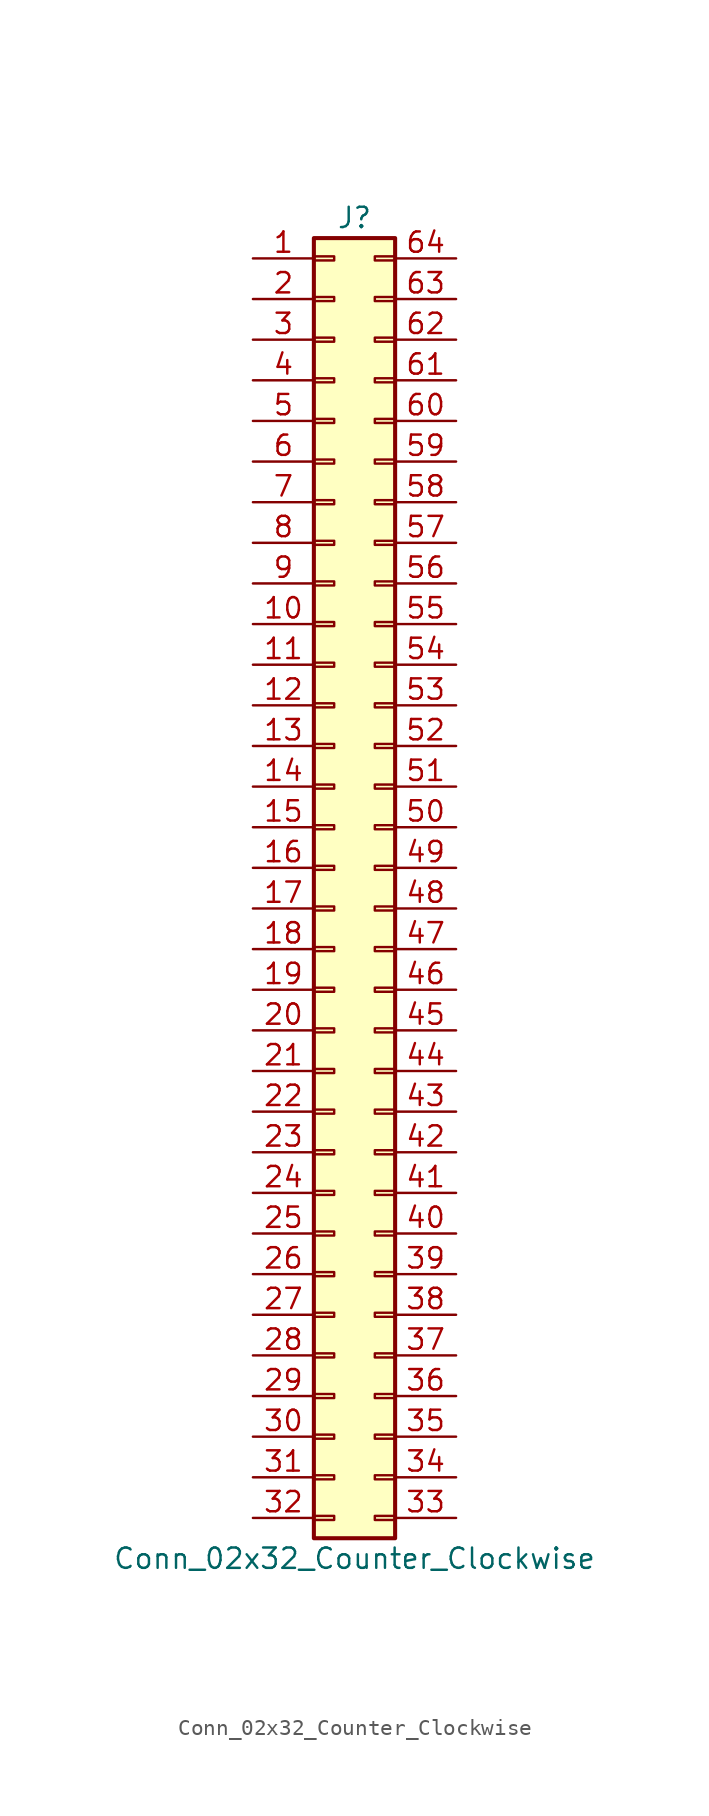
<source format=kicad_sym>
(kicad_symbol_lib
  (version 20211014)
  (generator kicad_symbol_editor)
  (symbol "Conn_02x32_Counter_Clockwise"
    (pin_names
      (offset 1.016) hide)
    (property "Reference" "J"
      (at 1.27 40.64 0)
      (effects (font (size 1.27 1.27))))
    (property "Value" "Conn_02x32_Counter_Clockwise"
      (at 1.27 -43.18 0)
      (effects (font (size 1.27 1.27))))
    (symbol "Conn_02x32_Counter_Clockwise_1_1"
      (rectangle (start -1.27 -40.513) (end 0 -40.767) (stroke (width 0.152) (type default) (color 0 0 0 0)) (fill (type none)))
      (rectangle (start -1.27 -37.973) (end 0 -38.227) (stroke (width 0.152) (type default) (color 0 0 0 0)) (fill (type none)))
      (rectangle (start -1.27 -35.433) (end 0 -35.687) (stroke (width 0.152) (type default) (color 0 0 0 0)) (fill (type none)))
      (rectangle (start -1.27 -32.893) (end 0 -33.147) (stroke (width 0.152) (type default) (color 0 0 0 0)) (fill (type none)))
      (rectangle (start -1.27 -30.353) (end 0 -30.607) (stroke (width 0.152) (type default) (color 0 0 0 0)) (fill (type none)))
      (rectangle (start -1.27 -27.813) (end 0 -28.067) (stroke (width 0.152) (type default) (color 0 0 0 0)) (fill (type none)))
      (rectangle (start -1.27 -25.273) (end 0 -25.527) (stroke (width 0.152) (type default) (color 0 0 0 0)) (fill (type none)))
      (rectangle (start -1.27 -22.733) (end 0 -22.987) (stroke (width 0.152) (type default) (color 0 0 0 0)) (fill (type none)))
      (rectangle (start -1.27 -20.193) (end 0 -20.447) (stroke (width 0.152) (type default) (color 0 0 0 0)) (fill (type none)))
      (rectangle (start -1.27 -17.653) (end 0 -17.907) (stroke (width 0.152) (type default) (color 0 0 0 0)) (fill (type none)))
      (rectangle (start -1.27 -15.113) (end 0 -15.367) (stroke (width 0.152) (type default) (color 0 0 0 0)) (fill (type none)))
      (rectangle (start -1.27 -12.573) (end 0 -12.827) (stroke (width 0.152) (type default) (color 0 0 0 0)) (fill (type none)))
      (rectangle (start -1.27 -10.033) (end 0 -10.287) (stroke (width 0.152) (type default) (color 0 0 0 0)) (fill (type none)))
      (rectangle (start -1.27 -7.493) (end 0 -7.747) (stroke (width 0.152) (type default) (color 0 0 0 0)) (fill (type none)))
      (rectangle (start -1.27 -4.953) (end 0 -5.207) (stroke (width 0.152) (type default) (color 0 0 0 0)) (fill (type none)))
      (rectangle (start -1.27 -2.413) (end 0 -2.667) (stroke (width 0.152) (type default) (color 0 0 0 0)) (fill (type none)))
      (rectangle (start -1.27 0.127) (end 0 -0.127) (stroke (width 0.152) (type default) (color 0 0 0 0)) (fill (type none)))
      (rectangle (start -1.27 2.667) (end 0 2.413) (stroke (width 0.152) (type default) (color 0 0 0 0)) (fill (type none)))
      (rectangle (start -1.27 5.207) (end 0 4.953) (stroke (width 0.152) (type default) (color 0 0 0 0)) (fill (type none)))
      (rectangle (start -1.27 7.747) (end 0 7.493) (stroke (width 0.152) (type default) (color 0 0 0 0)) (fill (type none)))
      (rectangle (start -1.27 10.287) (end 0 10.033) (stroke (width 0.152) (type default) (color 0 0 0 0)) (fill (type none)))
      (rectangle (start -1.27 12.827) (end 0 12.573) (stroke (width 0.152) (type default) (color 0 0 0 0)) (fill (type none)))
      (rectangle (start -1.27 15.367) (end 0 15.113) (stroke (width 0.152) (type default) (color 0 0 0 0)) (fill (type none)))
      (rectangle (start -1.27 17.907) (end 0 17.653) (stroke (width 0.152) (type default) (color 0 0 0 0)) (fill (type none)))
      (rectangle (start -1.27 20.447) (end 0 20.193) (stroke (width 0.152) (type default) (color 0 0 0 0)) (fill (type none)))
      (rectangle (start -1.27 22.987) (end 0 22.733) (stroke (width 0.152) (type default) (color 0 0 0 0)) (fill (type none)))
      (rectangle (start -1.27 25.527) (end 0 25.273) (stroke (width 0.152) (type default) (color 0 0 0 0)) (fill (type none)))
      (rectangle (start -1.27 28.067) (end 0 27.813) (stroke (width 0.152) (type default) (color 0 0 0 0)) (fill (type none)))
      (rectangle (start -1.27 30.607) (end 0 30.353) (stroke (width 0.152) (type default) (color 0 0 0 0)) (fill (type none)))
      (rectangle (start -1.27 33.147) (end 0 32.893) (stroke (width 0.152) (type default) (color 0 0 0 0)) (fill (type none)))
      (rectangle (start -1.27 35.687) (end 0 35.433) (stroke (width 0.152) (type default) (color 0 0 0 0)) (fill (type none)))
      (rectangle (start -1.27 38.227) (end 0 37.973) (stroke (width 0.152) (type default) (color 0 0 0 0)) (fill (type none)))
      (rectangle (start -1.27 39.37) (end 3.81 -41.91) (stroke (width 0.254) (type default) (color 0 0 0 0)) (fill (type background)))
      (rectangle (start 3.81 -40.513) (end 2.54 -40.767) (stroke (width 0.152) (type default) (color 0 0 0 0)) (fill (type none)))
      (rectangle (start 3.81 -37.973) (end 2.54 -38.227) (stroke (width 0.152) (type default) (color 0 0 0 0)) (fill (type none)))
      (rectangle (start 3.81 -35.433) (end 2.54 -35.687) (stroke (width 0.152) (type default) (color 0 0 0 0)) (fill (type none)))
      (rectangle (start 3.81 -32.893) (end 2.54 -33.147) (stroke (width 0.152) (type default) (color 0 0 0 0)) (fill (type none)))
      (rectangle (start 3.81 -30.353) (end 2.54 -30.607) (stroke (width 0.152) (type default) (color 0 0 0 0)) (fill (type none)))
      (rectangle (start 3.81 -27.813) (end 2.54 -28.067) (stroke (width 0.152) (type default) (color 0 0 0 0)) (fill (type none)))
      (rectangle (start 3.81 -25.273) (end 2.54 -25.527) (stroke (width 0.152) (type default) (color 0 0 0 0)) (fill (type none)))
      (rectangle (start 3.81 -22.733) (end 2.54 -22.987) (stroke (width 0.152) (type default) (color 0 0 0 0)) (fill (type none)))
      (rectangle (start 3.81 -20.193) (end 2.54 -20.447) (stroke (width 0.152) (type default) (color 0 0 0 0)) (fill (type none)))
      (rectangle (start 3.81 -17.653) (end 2.54 -17.907) (stroke (width 0.152) (type default) (color 0 0 0 0)) (fill (type none)))
      (rectangle (start 3.81 -15.113) (end 2.54 -15.367) (stroke (width 0.152) (type default) (color 0 0 0 0)) (fill (type none)))
      (rectangle (start 3.81 -12.573) (end 2.54 -12.827) (stroke (width 0.152) (type default) (color 0 0 0 0)) (fill (type none)))
      (rectangle (start 3.81 -10.033) (end 2.54 -10.287) (stroke (width 0.152) (type default) (color 0 0 0 0)) (fill (type none)))
      (rectangle (start 3.81 -7.493) (end 2.54 -7.747) (stroke (width 0.152) (type default) (color 0 0 0 0)) (fill (type none)))
      (rectangle (start 3.81 -4.953) (end 2.54 -5.207) (stroke (width 0.152) (type default) (color 0 0 0 0)) (fill (type none)))
      (rectangle (start 3.81 -2.413) (end 2.54 -2.667) (stroke (width 0.152) (type default) (color 0 0 0 0)) (fill (type none)))
      (rectangle (start 3.81 0.127) (end 2.54 -0.127) (stroke (width 0.152) (type default) (color 0 0 0 0)) (fill (type none)))
      (rectangle (start 3.81 2.667) (end 2.54 2.413) (stroke (width 0.152) (type default) (color 0 0 0 0)) (fill (type none)))
      (rectangle (start 3.81 5.207) (end 2.54 4.953) (stroke (width 0.152) (type default) (color 0 0 0 0)) (fill (type none)))
      (rectangle (start 3.81 7.747) (end 2.54 7.493) (stroke (width 0.152) (type default) (color 0 0 0 0)) (fill (type none)))
      (rectangle (start 3.81 10.287) (end 2.54 10.033) (stroke (width 0.152) (type default) (color 0 0 0 0)) (fill (type none)))
      (rectangle (start 3.81 12.827) (end 2.54 12.573) (stroke (width 0.152) (type default) (color 0 0 0 0)) (fill (type none)))
      (rectangle (start 3.81 15.367) (end 2.54 15.113) (stroke (width 0.152) (type default) (color 0 0 0 0)) (fill (type none)))
      (rectangle (start 3.81 17.907) (end 2.54 17.653) (stroke (width 0.152) (type default) (color 0 0 0 0)) (fill (type none)))
      (rectangle (start 3.81 20.447) (end 2.54 20.193) (stroke (width 0.152) (type default) (color 0 0 0 0)) (fill (type none)))
      (rectangle (start 3.81 22.987) (end 2.54 22.733) (stroke (width 0.152) (type default) (color 0 0 0 0)) (fill (type none)))
      (rectangle (start 3.81 25.527) (end 2.54 25.273) (stroke (width 0.152) (type default) (color 0 0 0 0)) (fill (type none)))
      (rectangle (start 3.81 28.067) (end 2.54 27.813) (stroke (width 0.152) (type default) (color 0 0 0 0)) (fill (type none)))
      (rectangle (start 3.81 30.607) (end 2.54 30.353) (stroke (width 0.152) (type default) (color 0 0 0 0)) (fill (type none)))
      (rectangle (start 3.81 33.147) (end 2.54 32.893) (stroke (width 0.152) (type default) (color 0 0 0 0)) (fill (type none)))
      (rectangle (start 3.81 35.687) (end 2.54 35.433) (stroke (width 0.152) (type default) (color 0 0 0 0)) (fill (type none)))
      (rectangle (start 3.81 38.227) (end 2.54 37.973) (stroke (width 0.152) (type default) (color 0 0 0 0)) (fill (type none)))
      (pin passive line (at -5.08 38.1 0) (length 3.81) (name "Pin_1" (effects (font (size 1.27 1.27)))) (number "1" (effects (font (size 1.27 1.27)))))
      (pin passive line (at -5.08 15.24 0) (length 3.81) (name "Pin_10" (effects (font (size 1.27 1.27)))) (number "10" (effects (font (size 1.27 1.27)))))
      (pin passive line (at -5.08 12.7 0) (length 3.81) (name "Pin_11" (effects (font (size 1.27 1.27)))) (number "11" (effects (font (size 1.27 1.27)))))
      (pin passive line (at -5.08 10.16 0) (length 3.81) (name "Pin_12" (effects (font (size 1.27 1.27)))) (number "12" (effects (font (size 1.27 1.27)))))
      (pin passive line (at -5.08 7.62 0) (length 3.81) (name "Pin_13" (effects (font (size 1.27 1.27)))) (number "13" (effects (font (size 1.27 1.27)))))
      (pin passive line (at -5.08 5.08 0) (length 3.81) (name "Pin_14" (effects (font (size 1.27 1.27)))) (number "14" (effects (font (size 1.27 1.27)))))
      (pin passive line (at -5.08 2.54 0) (length 3.81) (name "Pin_15" (effects (font (size 1.27 1.27)))) (number "15" (effects (font (size 1.27 1.27)))))
      (pin passive line (at -5.08 0 0) (length 3.81) (name "Pin_16" (effects (font (size 1.27 1.27)))) (number "16" (effects (font (size 1.27 1.27)))))
      (pin passive line (at -5.08 -2.54 0) (length 3.81) (name "Pin_17" (effects (font (size 1.27 1.27)))) (number "17" (effects (font (size 1.27 1.27)))))
      (pin passive line (at -5.08 -5.08 0) (length 3.81) (name "Pin_18" (effects (font (size 1.27 1.27)))) (number "18" (effects (font (size 1.27 1.27)))))
      (pin passive line (at -5.08 -7.62 0) (length 3.81) (name "Pin_19" (effects (font (size 1.27 1.27)))) (number "19" (effects (font (size 1.27 1.27)))))
      (pin passive line (at -5.08 35.56 0) (length 3.81) (name "Pin_2" (effects (font (size 1.27 1.27)))) (number "2" (effects (font (size 1.27 1.27)))))
      (pin passive line (at -5.08 -10.16 0) (length 3.81) (name "Pin_20" (effects (font (size 1.27 1.27)))) (number "20" (effects (font (size 1.27 1.27)))))
      (pin passive line (at -5.08 -12.7 0) (length 3.81) (name "Pin_21" (effects (font (size 1.27 1.27)))) (number "21" (effects (font (size 1.27 1.27)))))
      (pin passive line (at -5.08 -15.24 0) (length 3.81) (name "Pin_22" (effects (font (size 1.27 1.27)))) (number "22" (effects (font (size 1.27 1.27)))))
      (pin passive line (at -5.08 -17.78 0) (length 3.81) (name "Pin_23" (effects (font (size 1.27 1.27)))) (number "23" (effects (font (size 1.27 1.27)))))
      (pin passive line (at -5.08 -20.32 0) (length 3.81) (name "Pin_24" (effects (font (size 1.27 1.27)))) (number "24" (effects (font (size 1.27 1.27)))))
      (pin passive line (at -5.08 -22.86 0) (length 3.81) (name "Pin_25" (effects (font (size 1.27 1.27)))) (number "25" (effects (font (size 1.27 1.27)))))
      (pin passive line (at -5.08 -25.4 0) (length 3.81) (name "Pin_26" (effects (font (size 1.27 1.27)))) (number "26" (effects (font (size 1.27 1.27)))))
      (pin passive line (at -5.08 -27.94 0) (length 3.81) (name "Pin_27" (effects (font (size 1.27 1.27)))) (number "27" (effects (font (size 1.27 1.27)))))
      (pin passive line (at -5.08 -30.48 0) (length 3.81) (name "Pin_28" (effects (font (size 1.27 1.27)))) (number "28" (effects (font (size 1.27 1.27)))))
      (pin passive line (at -5.08 -33.02 0) (length 3.81) (name "Pin_29" (effects (font (size 1.27 1.27)))) (number "29" (effects (font (size 1.27 1.27)))))
      (pin passive line (at -5.08 33.02 0) (length 3.81) (name "Pin_3" (effects (font (size 1.27 1.27)))) (number "3" (effects (font (size 1.27 1.27)))))
      (pin passive line (at -5.08 -35.56 0) (length 3.81) (name "Pin_30" (effects (font (size 1.27 1.27)))) (number "30" (effects (font (size 1.27 1.27)))))
      (pin passive line (at -5.08 -38.1 0) (length 3.81) (name "Pin_31" (effects (font (size 1.27 1.27)))) (number "31" (effects (font (size 1.27 1.27)))))
      (pin passive line (at -5.08 -40.64 0) (length 3.81) (name "Pin_32" (effects (font (size 1.27 1.27)))) (number "32" (effects (font (size 1.27 1.27)))))
      (pin passive line (at 7.62 -40.64 180) (length 3.81) (name "Pin_33" (effects (font (size 1.27 1.27)))) (number "33" (effects (font (size 1.27 1.27)))))
      (pin passive line (at 7.62 -38.1 180) (length 3.81) (name "Pin_34" (effects (font (size 1.27 1.27)))) (number "34" (effects (font (size 1.27 1.27)))))
      (pin passive line (at 7.62 -35.56 180) (length 3.81) (name "Pin_35" (effects (font (size 1.27 1.27)))) (number "35" (effects (font (size 1.27 1.27)))))
      (pin passive line (at 7.62 -33.02 180) (length 3.81) (name "Pin_36" (effects (font (size 1.27 1.27)))) (number "36" (effects (font (size 1.27 1.27)))))
      (pin passive line (at 7.62 -30.48 180) (length 3.81) (name "Pin_37" (effects (font (size 1.27 1.27)))) (number "37" (effects (font (size 1.27 1.27)))))
      (pin passive line (at 7.62 -27.94 180) (length 3.81) (name "Pin_38" (effects (font (size 1.27 1.27)))) (number "38" (effects (font (size 1.27 1.27)))))
      (pin passive line (at 7.62 -25.4 180) (length 3.81) (name "Pin_39" (effects (font (size 1.27 1.27)))) (number "39" (effects (font (size 1.27 1.27)))))
      (pin passive line (at -5.08 30.48 0) (length 3.81) (name "Pin_4" (effects (font (size 1.27 1.27)))) (number "4" (effects (font (size 1.27 1.27)))))
      (pin passive line (at 7.62 -22.86 180) (length 3.81) (name "Pin_40" (effects (font (size 1.27 1.27)))) (number "40" (effects (font (size 1.27 1.27)))))
      (pin passive line (at 7.62 -20.32 180) (length 3.81) (name "Pin_41" (effects (font (size 1.27 1.27)))) (number "41" (effects (font (size 1.27 1.27)))))
      (pin passive line (at 7.62 -17.78 180) (length 3.81) (name "Pin_42" (effects (font (size 1.27 1.27)))) (number "42" (effects (font (size 1.27 1.27)))))
      (pin passive line (at 7.62 -15.24 180) (length 3.81) (name "Pin_43" (effects (font (size 1.27 1.27)))) (number "43" (effects (font (size 1.27 1.27)))))
      (pin passive line (at 7.62 -12.7 180) (length 3.81) (name "Pin_44" (effects (font (size 1.27 1.27)))) (number "44" (effects (font (size 1.27 1.27)))))
      (pin passive line (at 7.62 -10.16 180) (length 3.81) (name "Pin_45" (effects (font (size 1.27 1.27)))) (number "45" (effects (font (size 1.27 1.27)))))
      (pin passive line (at 7.62 -7.62 180) (length 3.81) (name "Pin_46" (effects (font (size 1.27 1.27)))) (number "46" (effects (font (size 1.27 1.27)))))
      (pin passive line (at 7.62 -5.08 180) (length 3.81) (name "Pin_47" (effects (font (size 1.27 1.27)))) (number "47" (effects (font (size 1.27 1.27)))))
      (pin passive line (at 7.62 -2.54 180) (length 3.81) (name "Pin_48" (effects (font (size 1.27 1.27)))) (number "48" (effects (font (size 1.27 1.27)))))
      (pin passive line (at 7.62 0 180) (length 3.81) (name "Pin_49" (effects (font (size 1.27 1.27)))) (number "49" (effects (font (size 1.27 1.27)))))
      (pin passive line (at -5.08 27.94 0) (length 3.81) (name "Pin_5" (effects (font (size 1.27 1.27)))) (number "5" (effects (font (size 1.27 1.27)))))
      (pin passive line (at 7.62 2.54 180) (length 3.81) (name "Pin_50" (effects (font (size 1.27 1.27)))) (number "50" (effects (font (size 1.27 1.27)))))
      (pin passive line (at 7.62 5.08 180) (length 3.81) (name "Pin_51" (effects (font (size 1.27 1.27)))) (number "51" (effects (font (size 1.27 1.27)))))
      (pin passive line (at 7.62 7.62 180) (length 3.81) (name "Pin_52" (effects (font (size 1.27 1.27)))) (number "52" (effects (font (size 1.27 1.27)))))
      (pin passive line (at 7.62 10.16 180) (length 3.81) (name "Pin_53" (effects (font (size 1.27 1.27)))) (number "53" (effects (font (size 1.27 1.27)))))
      (pin passive line (at 7.62 12.7 180) (length 3.81) (name "Pin_54" (effects (font (size 1.27 1.27)))) (number "54" (effects (font (size 1.27 1.27)))))
      (pin passive line (at 7.62 15.24 180) (length 3.81) (name "Pin_55" (effects (font (size 1.27 1.27)))) (number "55" (effects (font (size 1.27 1.27)))))
      (pin passive line (at 7.62 17.78 180) (length 3.81) (name "Pin_56" (effects (font (size 1.27 1.27)))) (number "56" (effects (font (size 1.27 1.27)))))
      (pin passive line (at 7.62 20.32 180) (length 3.81) (name "Pin_57" (effects (font (size 1.27 1.27)))) (number "57" (effects (font (size 1.27 1.27)))))
      (pin passive line (at 7.62 22.86 180) (length 3.81) (name "Pin_58" (effects (font (size 1.27 1.27)))) (number "58" (effects (font (size 1.27 1.27)))))
      (pin passive line (at 7.62 25.4 180) (length 3.81) (name "Pin_59" (effects (font (size 1.27 1.27)))) (number "59" (effects (font (size 1.27 1.27)))))
      (pin passive line (at -5.08 25.4 0) (length 3.81) (name "Pin_6" (effects (font (size 1.27 1.27)))) (number "6" (effects (font (size 1.27 1.27)))))
      (pin passive line (at 7.62 27.94 180) (length 3.81) (name "Pin_60" (effects (font (size 1.27 1.27)))) (number "60" (effects (font (size 1.27 1.27)))))
      (pin passive line (at 7.62 30.48 180) (length 3.81) (name "Pin_61" (effects (font (size 1.27 1.27)))) (number "61" (effects (font (size 1.27 1.27)))))
      (pin passive line (at 7.62 33.02 180) (length 3.81) (name "Pin_62" (effects (font (size 1.27 1.27)))) (number "62" (effects (font (size 1.27 1.27)))))
      (pin passive line (at 7.62 35.56 180) (length 3.81) (name "Pin_63" (effects (font (size 1.27 1.27)))) (number "63" (effects (font (size 1.27 1.27)))))
      (pin passive line (at 7.62 38.1 180) (length 3.81) (name "Pin_64" (effects (font (size 1.27 1.27)))) (number "64" (effects (font (size 1.27 1.27)))))
      (pin passive line (at -5.08 22.86 0) (length 3.81) (name "Pin_7" (effects (font (size 1.27 1.27)))) (number "7" (effects (font (size 1.27 1.27)))))
      (pin passive line (at -5.08 20.32 0) (length 3.81) (name "Pin_8" (effects (font (size 1.27 1.27)))) (number "8" (effects (font (size 1.27 1.27)))))
      (pin passive line (at -5.08 17.78 0) (length 3.81) (name "Pin_9" (effects (font (size 1.27 1.27)))) (number "9" (effects (font (size 1.27 1.27))))))))
</source>
